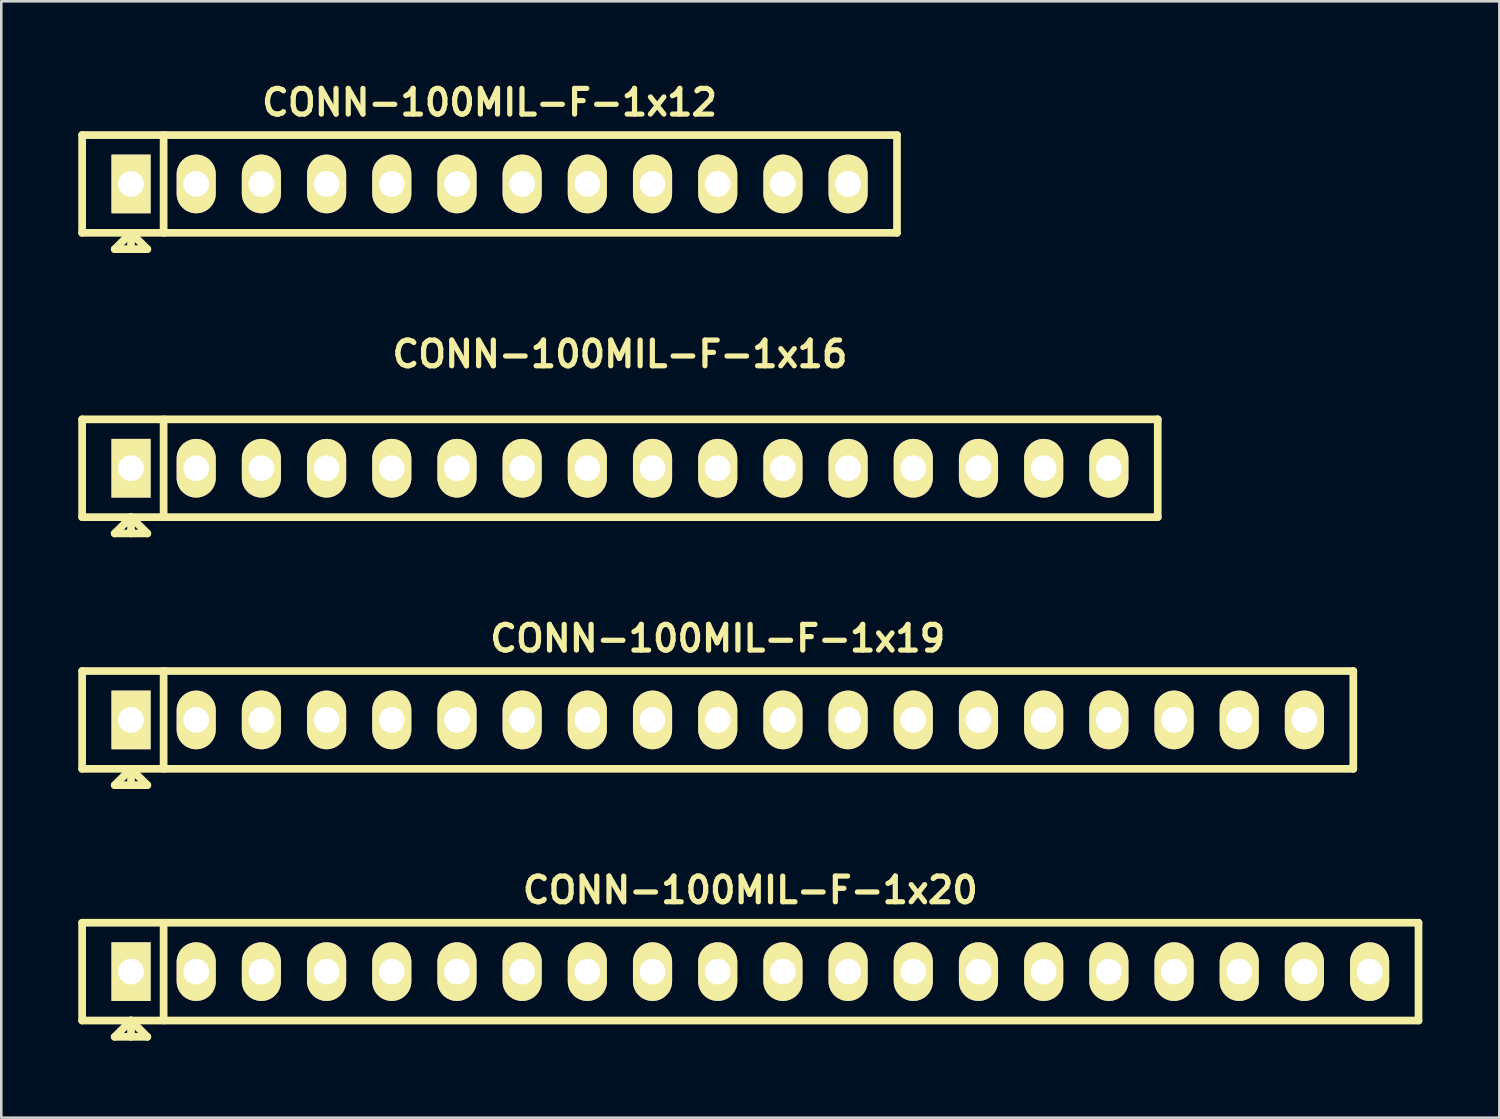
<source format=kicad_pcb>
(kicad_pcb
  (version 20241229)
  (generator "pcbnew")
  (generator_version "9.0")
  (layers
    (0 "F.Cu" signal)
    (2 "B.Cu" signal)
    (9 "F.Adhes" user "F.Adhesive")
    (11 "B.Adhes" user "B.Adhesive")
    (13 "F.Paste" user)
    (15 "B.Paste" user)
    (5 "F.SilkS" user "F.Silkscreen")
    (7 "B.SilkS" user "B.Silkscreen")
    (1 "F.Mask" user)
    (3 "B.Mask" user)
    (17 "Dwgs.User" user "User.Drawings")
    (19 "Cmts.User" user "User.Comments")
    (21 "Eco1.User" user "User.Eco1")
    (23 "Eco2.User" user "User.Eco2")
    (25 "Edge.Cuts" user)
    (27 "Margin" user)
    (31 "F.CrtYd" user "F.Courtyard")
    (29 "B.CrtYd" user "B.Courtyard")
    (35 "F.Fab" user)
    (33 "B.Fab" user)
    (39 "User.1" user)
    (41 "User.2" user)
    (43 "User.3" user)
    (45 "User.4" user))
  (footprint "CONN-100MIL-F-1x20"
    (layer "F.Cu")
    (at 26.185 34.808)
    (property "Reference" "CONN-100MIL-F-1x20" (at 0 -3.175 0) (layer "F.SilkS") (effects (font (size 1.001 1.001) (thickness 0.203))))
    (attr through_hole)
    (fp_line (start -26.035 -1.905) (end 26.035 -1.905) (stroke (width 0.3) (type solid)) (layer "F.SilkS"))
    (fp_line (start -26.035 1.905) (end -26.035 -1.905) (stroke (width 0.3) (type solid)) (layer "F.SilkS"))
    (fp_line (start -24.765 2.54) (end -23.495 2.54) (stroke (width 0.3) (type solid)) (layer "F.SilkS"))
    (fp_line (start -24.13 1.905) (end -24.765 2.54) (stroke (width 0.3) (type solid)) (layer "F.SilkS"))
    (fp_line (start -24.13 1.905) (end -24.13 2.54) (stroke (width 0.3) (type solid)) (layer "F.SilkS"))
    (fp_line (start -23.495 2.54) (end -24.13 1.905) (stroke (width 0.3) (type solid)) (layer "F.SilkS"))
    (fp_line (start -22.86 -1.905) (end -22.86 1.905) (stroke (width 0.3) (type solid)) (layer "F.SilkS"))
    (fp_line (start 26.035 -1.905) (end 26.035 1.905) (stroke (width 0.3) (type solid)) (layer "F.SilkS"))
    (fp_line (start 26.035 1.905) (end -26.035 1.905) (stroke (width 0.3) (type solid)) (layer "F.SilkS"))
    (pad "1" thru_hole rect (at -24.13 0) (size 1.524 2.286) (drill 1) (layers "*.Cu" "*.Mask" "F.SilkS"))
    (pad "2" thru_hole oval (at -21.59 0) (size 1.524 2.286) (drill 1) (layers "*.Cu" "*.Mask" "F.SilkS"))
    (pad "3" thru_hole oval (at -19.05 0) (size 1.524 2.286) (drill 1) (layers "*.Cu" "*.Mask" "F.SilkS"))
    (pad "4" thru_hole oval (at -16.51 0) (size 1.524 2.286) (drill 1) (layers "*.Cu" "*.Mask" "F.SilkS"))
    (pad "5" thru_hole oval (at -13.97 0) (size 1.524 2.286) (drill 1) (layers "*.Cu" "*.Mask" "F.SilkS"))
    (pad "6" thru_hole oval (at -11.43 0) (size 1.524 2.286) (drill 1) (layers "*.Cu" "*.Mask" "F.SilkS"))
    (pad "7" thru_hole oval (at -8.89 0) (size 1.524 2.286) (drill 1) (layers "*.Cu" "*.Mask" "F.SilkS"))
    (pad "8" thru_hole oval (at -6.35 0) (size 1.524 2.286) (drill 1) (layers "*.Cu" "*.Mask" "F.SilkS"))
    (pad "9" thru_hole oval (at -3.81 0) (size 1.524 2.286) (drill 1) (layers "*.Cu" "*.Mask" "F.SilkS"))
    (pad "10" thru_hole oval (at -1.27 0) (size 1.524 2.286) (drill 1) (layers "*.Cu" "*.Mask" "F.SilkS"))
    (pad "11" thru_hole oval (at 1.27 0) (size 1.524 2.286) (drill 1) (layers "*.Cu" "*.Mask" "F.SilkS"))
    (pad "12" thru_hole oval (at 3.81 0) (size 1.524 2.286) (drill 1) (layers "*.Cu" "*.Mask" "F.SilkS"))
    (pad "13" thru_hole oval (at 6.35 0) (size 1.524 2.286) (drill 1) (layers "*.Cu" "*.Mask" "F.SilkS"))
    (pad "14" thru_hole oval (at 8.89 0) (size 1.524 2.286) (drill 1) (layers "*.Cu" "*.Mask" "F.SilkS"))
    (pad "15" thru_hole oval (at 11.43 0) (size 1.524 2.286) (drill 1) (layers "*.Cu" "*.Mask" "F.SilkS"))
    (pad "16" thru_hole oval (at 13.97 0) (size 1.524 2.286) (drill 1) (layers "*.Cu" "*.Mask" "F.SilkS"))
    (pad "17" thru_hole oval (at 16.51 0) (size 1.524 2.286) (drill 1) (layers "*.Cu" "*.Mask" "F.SilkS"))
    (pad "18" thru_hole oval (at 19.05 0) (size 1.524 2.286) (drill 1) (layers "*.Cu" "*.Mask" "F.SilkS"))
    (pad "19" thru_hole oval (at 21.59 0) (size 1.524 2.286) (drill 1) (layers "*.Cu" "*.Mask" "F.SilkS"))
    (pad "20" thru_hole oval (at 24.13 0) (size 1.524 2.286) (drill 1) (layers "*.Cu" "*.Mask" "F.SilkS")))
  (footprint "CONN-100MIL-F-1x19"
    (layer "F.Cu")
    (at 24.915 25.001)
    (property "Reference" "CONN-100MIL-F-1x19" (at 0 -3.175 0) (layer "F.SilkS") (effects (font (size 1.001 1.001) (thickness 0.203))))
    (attr through_hole)
    (fp_line (start -24.765 -1.905) (end 24.765 -1.905) (stroke (width 0.3) (type solid)) (layer "F.SilkS"))
    (fp_line (start -24.765 1.905) (end -24.765 -1.905) (stroke (width 0.3) (type solid)) (layer "F.SilkS"))
    (fp_line (start -23.495 2.54) (end -22.225 2.54) (stroke (width 0.3) (type solid)) (layer "F.SilkS"))
    (fp_line (start -22.86 1.905) (end -23.495 2.54) (stroke (width 0.3) (type solid)) (layer "F.SilkS"))
    (fp_line (start -22.86 1.905) (end -22.86 2.54) (stroke (width 0.3) (type solid)) (layer "F.SilkS"))
    (fp_line (start -22.225 2.54) (end -22.86 1.905) (stroke (width 0.3) (type solid)) (layer "F.SilkS"))
    (fp_line (start -21.59 -1.905) (end -21.59 1.905) (stroke (width 0.3) (type solid)) (layer "F.SilkS"))
    (fp_line (start 24.765 -1.905) (end 24.765 1.905) (stroke (width 0.3) (type solid)) (layer "F.SilkS"))
    (fp_line (start 24.765 1.905) (end -24.765 1.905) (stroke (width 0.3) (type solid)) (layer "F.SilkS"))
    (pad "1" thru_hole rect (at -22.86 0) (size 1.524 2.286) (drill 1) (layers "*.Cu" "*.Mask" "F.SilkS"))
    (pad "2" thru_hole oval (at -20.32 0) (size 1.524 2.286) (drill 1) (layers "*.Cu" "*.Mask" "F.SilkS"))
    (pad "3" thru_hole oval (at -17.78 0) (size 1.524 2.286) (drill 1) (layers "*.Cu" "*.Mask" "F.SilkS"))
    (pad "4" thru_hole oval (at -15.24 0) (size 1.524 2.286) (drill 1) (layers "*.Cu" "*.Mask" "F.SilkS"))
    (pad "5" thru_hole oval (at -12.7 0) (size 1.524 2.286) (drill 1) (layers "*.Cu" "*.Mask" "F.SilkS"))
    (pad "6" thru_hole oval (at -10.16 0) (size 1.524 2.286) (drill 1) (layers "*.Cu" "*.Mask" "F.SilkS"))
    (pad "7" thru_hole oval (at -7.62 0) (size 1.524 2.286) (drill 1) (layers "*.Cu" "*.Mask" "F.SilkS"))
    (pad "8" thru_hole oval (at -5.08 0) (size 1.524 2.286) (drill 1) (layers "*.Cu" "*.Mask" "F.SilkS"))
    (pad "9" thru_hole oval (at -2.54 0) (size 1.524 2.286) (drill 1) (layers "*.Cu" "*.Mask" "F.SilkS"))
    (pad "10" thru_hole oval (at 0 0) (size 1.524 2.286) (drill 1) (layers "*.Cu" "*.Mask" "F.SilkS"))
    (pad "11" thru_hole oval (at 2.54 0) (size 1.524 2.286) (drill 1) (layers "*.Cu" "*.Mask" "F.SilkS"))
    (pad "12" thru_hole oval (at 5.08 0) (size 1.524 2.286) (drill 1) (layers "*.Cu" "*.Mask" "F.SilkS"))
    (pad "13" thru_hole oval (at 7.62 0) (size 1.524 2.286) (drill 1) (layers "*.Cu" "*.Mask" "F.SilkS"))
    (pad "14" thru_hole oval (at 10.16 0) (size 1.524 2.286) (drill 1) (layers "*.Cu" "*.Mask" "F.SilkS"))
    (pad "15" thru_hole oval (at 12.7 0) (size 1.524 2.286) (drill 1) (layers "*.Cu" "*.Mask" "F.SilkS"))
    (pad "16" thru_hole oval (at 15.24 0) (size 1.524 2.286) (drill 1) (layers "*.Cu" "*.Mask" "F.SilkS"))
    (pad "17" thru_hole oval (at 17.78 0) (size 1.524 2.286) (drill 1) (layers "*.Cu" "*.Mask" "F.SilkS"))
    (pad "18" thru_hole oval (at 20.32 0) (size 1.524 2.286) (drill 1) (layers "*.Cu" "*.Mask" "F.SilkS"))
    (pad "19" thru_hole oval (at 22.86 0) (size 1.524 2.286) (drill 1) (layers "*.Cu" "*.Mask" "F.SilkS")))
  (footprint "CONN-100MIL-F-1x12"
    (layer "F.Cu")
    (at 16.025 4.117)
    (property "Reference" "CONN-100MIL-F-1x12" (at 0 -3.175 0) (layer "F.SilkS") (effects (font (size 1.001 1.001) (thickness 0.203))))
    (attr through_hole)
    (fp_line (start -15.875 -1.905) (end 15.875 -1.905) (stroke (width 0.3) (type solid)) (layer "F.SilkS"))
    (fp_line (start -15.875 1.905) (end -15.875 -1.905) (stroke (width 0.3) (type solid)) (layer "F.SilkS"))
    (fp_line (start -14.605 2.54) (end -13.335 2.54) (stroke (width 0.3) (type solid)) (layer "F.SilkS"))
    (fp_line (start -13.97 1.905) (end -14.605 2.54) (stroke (width 0.3) (type solid)) (layer "F.SilkS"))
    (fp_line (start -13.97 1.905) (end -13.97 2.54) (stroke (width 0.3) (type solid)) (layer "F.SilkS"))
    (fp_line (start -13.335 2.54) (end -13.97 1.905) (stroke (width 0.3) (type solid)) (layer "F.SilkS"))
    (fp_line (start -12.7 -1.905) (end -12.7 1.905) (stroke (width 0.3) (type solid)) (layer "F.SilkS"))
    (fp_line (start 15.875 -1.905) (end 15.875 1.905) (stroke (width 0.3) (type solid)) (layer "F.SilkS"))
    (fp_line (start 15.875 1.905) (end -15.875 1.905) (stroke (width 0.3) (type solid)) (layer "F.SilkS"))
    (pad "1" thru_hole rect (at -13.97 0) (size 1.524 2.286) (drill 1) (layers "*.Cu" "*.Mask" "F.SilkS"))
    (pad "2" thru_hole oval (at -11.43 0) (size 1.524 2.286) (drill 1) (layers "*.Cu" "*.Mask" "F.SilkS"))
    (pad "3" thru_hole oval (at -8.89 0) (size 1.524 2.286) (drill 1) (layers "*.Cu" "*.Mask" "F.SilkS"))
    (pad "4" thru_hole oval (at -6.35 0) (size 1.524 2.286) (drill 1) (layers "*.Cu" "*.Mask" "F.SilkS"))
    (pad "5" thru_hole oval (at -3.81 0) (size 1.524 2.286) (drill 1) (layers "*.Cu" "*.Mask" "F.SilkS"))
    (pad "6" thru_hole oval (at -1.27 0) (size 1.524 2.286) (drill 1) (layers "*.Cu" "*.Mask" "F.SilkS"))
    (pad "7" thru_hole oval (at 1.27 0) (size 1.524 2.286) (drill 1) (layers "*.Cu" "*.Mask" "F.SilkS"))
    (pad "8" thru_hole oval (at 3.81 0) (size 1.524 2.286) (drill 1) (layers "*.Cu" "*.Mask" "F.SilkS"))
    (pad "9" thru_hole oval (at 6.35 0) (size 1.524 2.286) (drill 1) (layers "*.Cu" "*.Mask" "F.SilkS"))
    (pad "10" thru_hole oval (at 8.89 0) (size 1.524 2.286) (drill 1) (layers "*.Cu" "*.Mask" "F.SilkS"))
    (pad "11" thru_hole oval (at 11.43 0) (size 1.524 2.286) (drill 1) (layers "*.Cu" "*.Mask" "F.SilkS"))
    (pad "12" thru_hole oval (at 13.97 0) (size 1.524 2.286) (drill 1) (layers "*.Cu" "*.Mask" "F.SilkS")))
  (footprint "CONN-100MIL-F-1x16"
    (layer "F.Cu")
    (at 21.105 15.194)
    (property "Reference" "CONN-100MIL-F-1x16" (at 0 -4.445 0) (layer "F.SilkS") (effects (font (size 1.001 1.001) (thickness 0.203))))
    (attr through_hole)
    (fp_line (start -20.955 -1.905) (end 20.955 -1.905) (stroke (width 0.3) (type solid)) (layer "F.SilkS"))
    (fp_line (start -20.955 1.905) (end -20.955 -1.905) (stroke (width 0.3) (type solid)) (layer "F.SilkS"))
    (fp_line (start -19.685 2.54) (end -18.415 2.54) (stroke (width 0.3) (type solid)) (layer "F.SilkS"))
    (fp_line (start -19.05 1.905) (end -19.685 2.54) (stroke (width 0.3) (type solid)) (layer "F.SilkS"))
    (fp_line (start -19.05 1.905) (end -19.05 2.54) (stroke (width 0.3) (type solid)) (layer "F.SilkS"))
    (fp_line (start -18.415 2.54) (end -19.05 1.905) (stroke (width 0.3) (type solid)) (layer "F.SilkS"))
    (fp_line (start -17.78 -1.905) (end -17.78 1.905) (stroke (width 0.3) (type solid)) (layer "F.SilkS"))
    (fp_line (start 20.955 -1.905) (end 20.955 1.905) (stroke (width 0.3) (type solid)) (layer "F.SilkS"))
    (fp_line (start 20.955 1.905) (end -20.955 1.905) (stroke (width 0.3) (type solid)) (layer "F.SilkS"))
    (pad "1" thru_hole rect (at -19.05 0) (size 1.524 2.286) (drill 1) (layers "*.Cu" "*.Mask" "F.SilkS"))
    (pad "2" thru_hole oval (at -16.51 0) (size 1.524 2.286) (drill 1) (layers "*.Cu" "*.Mask" "F.SilkS"))
    (pad "3" thru_hole oval (at -13.97 0) (size 1.524 2.286) (drill 1) (layers "*.Cu" "*.Mask" "F.SilkS"))
    (pad "4" thru_hole oval (at -11.43 0) (size 1.524 2.286) (drill 1) (layers "*.Cu" "*.Mask" "F.SilkS"))
    (pad "5" thru_hole oval (at -8.89 0) (size 1.524 2.286) (drill 1) (layers "*.Cu" "*.Mask" "F.SilkS"))
    (pad "6" thru_hole oval (at -6.35 0) (size 1.524 2.286) (drill 1) (layers "*.Cu" "*.Mask" "F.SilkS"))
    (pad "7" thru_hole oval (at -3.81 0) (size 1.524 2.286) (drill 1) (layers "*.Cu" "*.Mask" "F.SilkS"))
    (pad "8" thru_hole oval (at -1.27 0) (size 1.524 2.286) (drill 1) (layers "*.Cu" "*.Mask" "F.SilkS"))
    (pad "9" thru_hole oval (at 1.27 0) (size 1.524 2.286) (drill 1) (layers "*.Cu" "*.Mask" "F.SilkS"))
    (pad "10" thru_hole oval (at 3.81 0) (size 1.524 2.286) (drill 1) (layers "*.Cu" "*.Mask" "F.SilkS"))
    (pad "11" thru_hole oval (at 6.35 0) (size 1.524 2.286) (drill 1) (layers "*.Cu" "*.Mask" "F.SilkS"))
    (pad "12" thru_hole oval (at 8.89 0) (size 1.524 2.286) (drill 1) (layers "*.Cu" "*.Mask" "F.SilkS"))
    (pad "13" thru_hole oval (at 11.43 0) (size 1.524 2.286) (drill 1) (layers "*.Cu" "*.Mask" "F.SilkS"))
    (pad "14" thru_hole oval (at 13.97 0) (size 1.524 2.286) (drill 1) (layers "*.Cu" "*.Mask" "F.SilkS"))
    (pad "15" thru_hole oval (at 16.51 0) (size 1.524 2.286) (drill 1) (layers "*.Cu" "*.Mask" "F.SilkS"))
    (pad "16" thru_hole oval (at 19.05 0) (size 1.524 2.286) (drill 1) (layers "*.Cu" "*.Mask" "F.SilkS")))
  (gr_rect
    (start -3 -3)
    (end 55.37 40.498)
    (stroke (width 0.1) (type default))
    (fill no)
    (layer "Edge.Cuts")))
</source>
